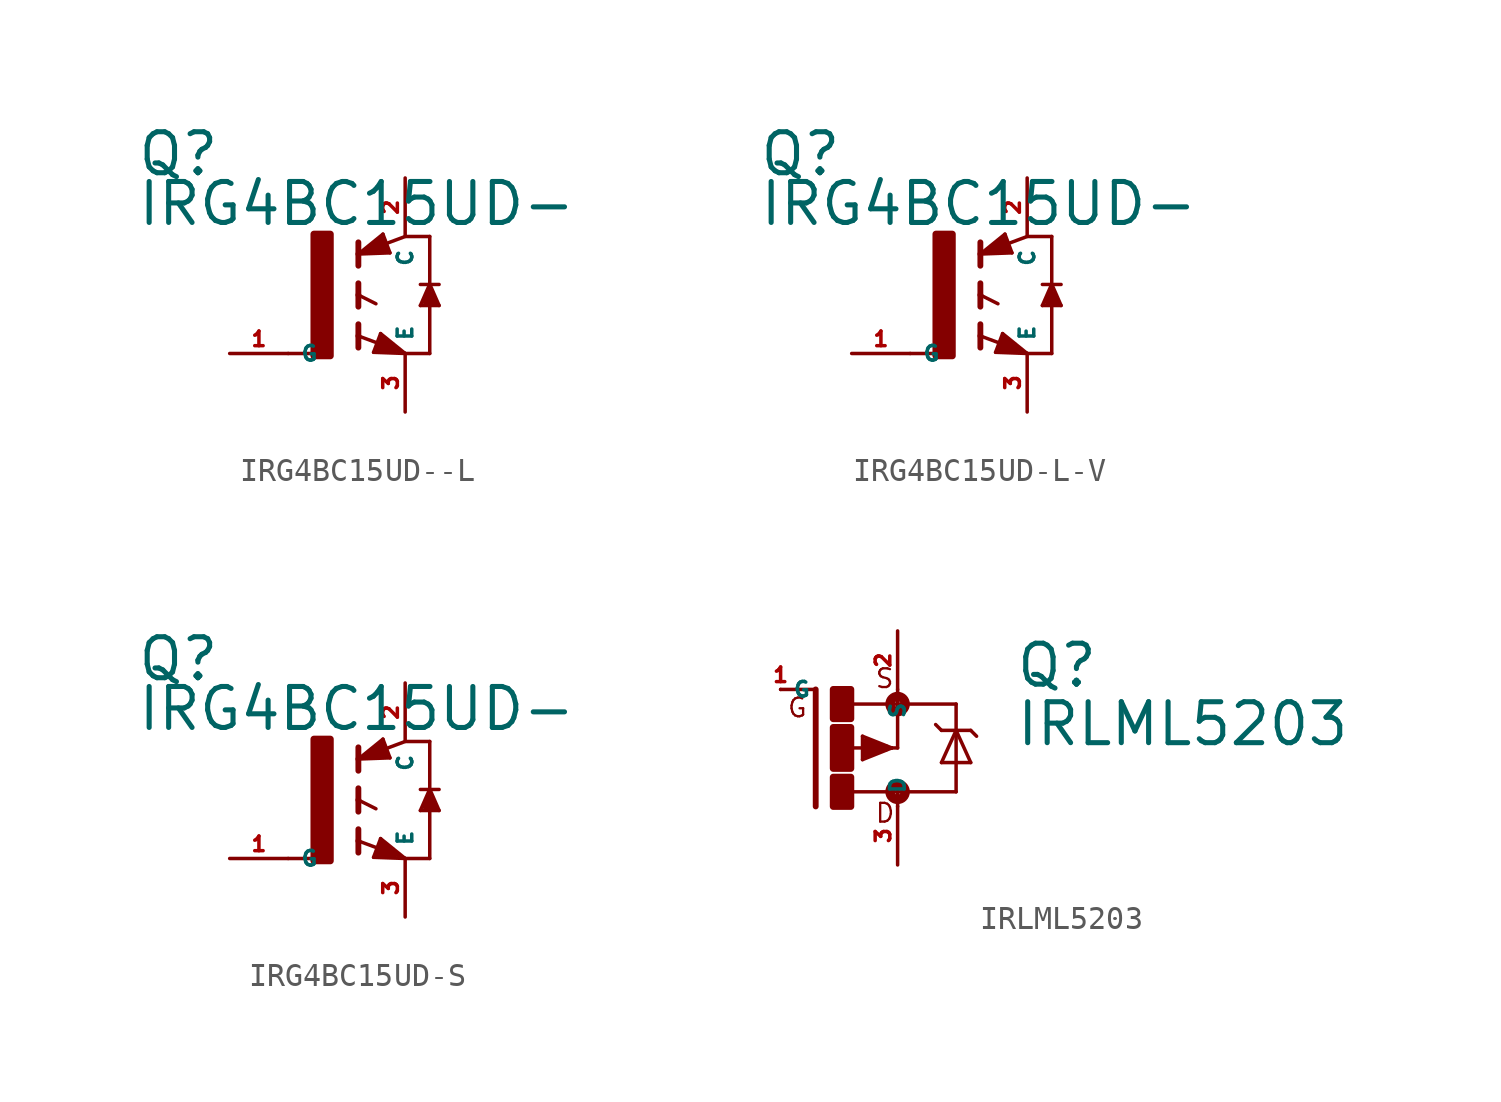
<source format=kicad_sym>
(kicad_symbol_lib
  (version 20220914)
  (generator Eagle2Kicad)
  (symbol "IRG4BC15UD--L"
    (property "Reference" "Q"
      (at -9.144 5.08 0)
      (effects (font (size 1.778 1.778) (thickness 0.22)) (justify left bottom)))
    (property "Value" "IRG4BC15UD-"
      (at -9.144 2.921 0)
      (effects (font (size 1.778 1.778) (thickness 0.22)) (justify left bottom)))
    (polyline
      (pts (xy 2.489 -2.515) (xy 0.508 -1.778))
      (stroke (width 0.152) (type default))
      (fill (type none)))
    (polyline
      (pts (xy 1.473 -1.676) (xy 2.54 -2.54))
      (stroke (width 0.152) (type default))
      (fill (type none)))
    (polyline
      (pts (xy 2.54 -2.54) (xy 1.168 -2.489))
      (stroke (width 0.152) (type default))
      (fill (type none)))
    (polyline
      (pts (xy 1.168 -2.489) (xy 1.473 -1.676))
      (stroke (width 0.152) (type default))
      (fill (type none)))
    (polyline
      (pts (xy -2.54 -2.54) (xy -1.27 -2.54))
      (stroke (width 0.152) (type default))
      (fill (type none)))
    (polyline
      (pts (xy 1.27 -0.381) (xy 0.508 0))
      (stroke (width 0.152) (type default))
      (fill (type none)))
    (polyline
      (pts (xy 0.508 2.286) (xy 0.508 1.778))
      (stroke (width 0.254) (type default))
      (fill (type none)))
    (polyline
      (pts (xy 0.508 1.778) (xy 0.508 1.27))
      (stroke (width 0.254) (type default))
      (fill (type none)))
    (polyline
      (pts (xy 0.508 0.508) (xy 0.508 0))
      (stroke (width 0.254) (type default))
      (fill (type none)))
    (polyline
      (pts (xy 0.508 0) (xy 0.508 -0.508))
      (stroke (width 0.254) (type default))
      (fill (type none)))
    (polyline
      (pts (xy 0.508 -1.27) (xy 0.508 -1.778))
      (stroke (width 0.254) (type default))
      (fill (type none)))
    (polyline
      (pts (xy 0.508 -1.778) (xy 0.508 -2.286))
      (stroke (width 0.254) (type default))
      (fill (type none)))
    (polyline
      (pts (xy 1.524 -1.981) (xy 1.981 -2.337))
      (stroke (width 0.406) (type default))
      (fill (type none)))
    (polyline
      (pts (xy 1.981 -2.337) (xy 1.422 -2.337))
      (stroke (width 0.406) (type default))
      (fill (type none)))
    (polyline
      (pts (xy 0.559 1.803) (xy 2.54 2.54))
      (stroke (width 0.152) (type default))
      (fill (type none)))
    (polyline
      (pts (xy 1.575 2.642) (xy 0.508 1.778))
      (stroke (width 0.152) (type default))
      (fill (type none)))
    (polyline
      (pts (xy 0.508 1.778) (xy 1.88 1.829))
      (stroke (width 0.152) (type default))
      (fill (type none)))
    (polyline
      (pts (xy 1.88 1.829) (xy 1.575 2.642))
      (stroke (width 0.152) (type default))
      (fill (type none)))
    (polyline
      (pts (xy 1.524 2.337) (xy 1.067 1.981))
      (stroke (width 0.406) (type default))
      (fill (type none)))
    (polyline
      (pts (xy 1.067 1.981) (xy 1.626 1.981))
      (stroke (width 0.406) (type default))
      (fill (type none)))
    (polyline
      (pts (xy 2.591 2.54) (xy 3.607 2.54))
      (stroke (width 0.152) (type default))
      (fill (type none)))
    (polyline
      (pts (xy 3.607 2.54) (xy 3.607 -2.54))
      (stroke (width 0.152) (type default))
      (fill (type none)))
    (polyline
      (pts (xy 3.607 -2.54) (xy 2.54 -2.54))
      (stroke (width 0.152) (type default))
      (fill (type none)))
    (polyline
      (pts (xy 3.2 0.457) (xy 4.013 0.457))
      (stroke (width 0.152) (type default))
      (fill (type none)))
    (polyline
      (pts (xy 3.556 0.356) (xy 3.2 -0.457))
      (stroke (width 0.152) (type default))
      (fill (type none)))
    (polyline
      (pts (xy 3.2 -0.457) (xy 4.013 -0.457))
      (stroke (width 0.152) (type default))
      (fill (type none)))
    (polyline
      (pts (xy 4.013 -0.457) (xy 3.658 0.356))
      (stroke (width 0.152) (type default))
      (fill (type none)))
    (polyline
      (pts (xy 3.454 -0.305) (xy 3.556 0.051))
      (stroke (width 0.305) (type default))
      (fill (type none)))
    (polyline
      (pts (xy 3.81 -0.356) (xy 3.658 0))
      (stroke (width 0.305) (type default))
      (fill (type none)))
    (rectangle
      (start -1.422 -2.642)
      (end -0.711 2.642)
      (stroke (width 0.3) (type default))
      (fill (type outline)))
    (pin passive line
      (at -5.08 -2.54 0)
      (length 2.54)
      (name "G" (effects (font (size 0.635 0.635) (thickness 0.08)) (justify left bottom)))
      (number "1" (effects (font (size 0.635 0.635) (thickness 0.08)) (justify left bottom))))
    (pin passive line
      (at 2.54 -5.08 90)
      (length 2.54)
      (name "E" (effects (font (size 0.635 0.635) (thickness 0.08)) (justify left bottom)))
      (number "3" (effects (font (size 0.635 0.635) (thickness 0.08)) (justify left bottom))))
    (pin passive line
      (at 2.54 5.08 270)
      (length 2.54)
      (name "C" (effects (font (size 0.635 0.635) (thickness 0.08)) (justify left bottom)))
      (number "2" (effects (font (size 0.635 0.635) (thickness 0.08)) (justify left bottom)))))
  (symbol "IRG4BC15UD-L-V"
    (property "Reference" "Q"
      (at -9.144 5.08 0)
      (effects (font (size 1.778 1.778) (thickness 0.22)) (justify left bottom)))
    (property "Value" "IRG4BC15UD-"
      (at -9.144 2.921 0)
      (effects (font (size 1.778 1.778) (thickness 0.22)) (justify left bottom)))
    (polyline
      (pts (xy 2.489 -2.515) (xy 0.508 -1.778))
      (stroke (width 0.152) (type default))
      (fill (type none)))
    (polyline
      (pts (xy 1.473 -1.676) (xy 2.54 -2.54))
      (stroke (width 0.152) (type default))
      (fill (type none)))
    (polyline
      (pts (xy 2.54 -2.54) (xy 1.168 -2.489))
      (stroke (width 0.152) (type default))
      (fill (type none)))
    (polyline
      (pts (xy 1.168 -2.489) (xy 1.473 -1.676))
      (stroke (width 0.152) (type default))
      (fill (type none)))
    (polyline
      (pts (xy -2.54 -2.54) (xy -1.27 -2.54))
      (stroke (width 0.152) (type default))
      (fill (type none)))
    (polyline
      (pts (xy 1.27 -0.381) (xy 0.508 0))
      (stroke (width 0.152) (type default))
      (fill (type none)))
    (polyline
      (pts (xy 0.508 2.286) (xy 0.508 1.778))
      (stroke (width 0.254) (type default))
      (fill (type none)))
    (polyline
      (pts (xy 0.508 1.778) (xy 0.508 1.27))
      (stroke (width 0.254) (type default))
      (fill (type none)))
    (polyline
      (pts (xy 0.508 0.508) (xy 0.508 0))
      (stroke (width 0.254) (type default))
      (fill (type none)))
    (polyline
      (pts (xy 0.508 0) (xy 0.508 -0.508))
      (stroke (width 0.254) (type default))
      (fill (type none)))
    (polyline
      (pts (xy 0.508 -1.27) (xy 0.508 -1.778))
      (stroke (width 0.254) (type default))
      (fill (type none)))
    (polyline
      (pts (xy 0.508 -1.778) (xy 0.508 -2.286))
      (stroke (width 0.254) (type default))
      (fill (type none)))
    (polyline
      (pts (xy 1.524 -1.981) (xy 1.981 -2.337))
      (stroke (width 0.406) (type default))
      (fill (type none)))
    (polyline
      (pts (xy 1.981 -2.337) (xy 1.422 -2.337))
      (stroke (width 0.406) (type default))
      (fill (type none)))
    (polyline
      (pts (xy 0.559 1.803) (xy 2.54 2.54))
      (stroke (width 0.152) (type default))
      (fill (type none)))
    (polyline
      (pts (xy 1.575 2.642) (xy 0.508 1.778))
      (stroke (width 0.152) (type default))
      (fill (type none)))
    (polyline
      (pts (xy 0.508 1.778) (xy 1.88 1.829))
      (stroke (width 0.152) (type default))
      (fill (type none)))
    (polyline
      (pts (xy 1.88 1.829) (xy 1.575 2.642))
      (stroke (width 0.152) (type default))
      (fill (type none)))
    (polyline
      (pts (xy 1.524 2.337) (xy 1.067 1.981))
      (stroke (width 0.406) (type default))
      (fill (type none)))
    (polyline
      (pts (xy 1.067 1.981) (xy 1.626 1.981))
      (stroke (width 0.406) (type default))
      (fill (type none)))
    (polyline
      (pts (xy 2.591 2.54) (xy 3.607 2.54))
      (stroke (width 0.152) (type default))
      (fill (type none)))
    (polyline
      (pts (xy 3.607 2.54) (xy 3.607 -2.54))
      (stroke (width 0.152) (type default))
      (fill (type none)))
    (polyline
      (pts (xy 3.607 -2.54) (xy 2.54 -2.54))
      (stroke (width 0.152) (type default))
      (fill (type none)))
    (polyline
      (pts (xy 3.2 0.457) (xy 4.013 0.457))
      (stroke (width 0.152) (type default))
      (fill (type none)))
    (polyline
      (pts (xy 3.556 0.356) (xy 3.2 -0.457))
      (stroke (width 0.152) (type default))
      (fill (type none)))
    (polyline
      (pts (xy 3.2 -0.457) (xy 4.013 -0.457))
      (stroke (width 0.152) (type default))
      (fill (type none)))
    (polyline
      (pts (xy 4.013 -0.457) (xy 3.658 0.356))
      (stroke (width 0.152) (type default))
      (fill (type none)))
    (polyline
      (pts (xy 3.454 -0.305) (xy 3.556 0.051))
      (stroke (width 0.305) (type default))
      (fill (type none)))
    (polyline
      (pts (xy 3.81 -0.356) (xy 3.658 0))
      (stroke (width 0.305) (type default))
      (fill (type none)))
    (rectangle
      (start -1.422 -2.642)
      (end -0.711 2.642)
      (stroke (width 0.3) (type default))
      (fill (type outline)))
    (pin passive line
      (at -5.08 -2.54 0)
      (length 2.54)
      (name "G" (effects (font (size 0.635 0.635) (thickness 0.08)) (justify left bottom)))
      (number "1" (effects (font (size 0.635 0.635) (thickness 0.08)) (justify left bottom))))
    (pin passive line
      (at 2.54 -5.08 90)
      (length 2.54)
      (name "E" (effects (font (size 0.635 0.635) (thickness 0.08)) (justify left bottom)))
      (number "3" (effects (font (size 0.635 0.635) (thickness 0.08)) (justify left bottom))))
    (pin passive line
      (at 2.54 5.08 270)
      (length 2.54)
      (name "C" (effects (font (size 0.635 0.635) (thickness 0.08)) (justify left bottom)))
      (number "2" (effects (font (size 0.635 0.635) (thickness 0.08)) (justify left bottom)))))
  (symbol "IRG4BC15UD-S"
    (property "Reference" "Q"
      (at -9.144 5.08 0)
      (effects (font (size 1.778 1.778) (thickness 0.22)) (justify left bottom)))
    (property "Value" "IRG4BC15UD-"
      (at -9.144 2.921 0)
      (effects (font (size 1.778 1.778) (thickness 0.22)) (justify left bottom)))
    (polyline
      (pts (xy 2.489 -2.515) (xy 0.508 -1.778))
      (stroke (width 0.152) (type default))
      (fill (type none)))
    (polyline
      (pts (xy 1.473 -1.676) (xy 2.54 -2.54))
      (stroke (width 0.152) (type default))
      (fill (type none)))
    (polyline
      (pts (xy 2.54 -2.54) (xy 1.168 -2.489))
      (stroke (width 0.152) (type default))
      (fill (type none)))
    (polyline
      (pts (xy 1.168 -2.489) (xy 1.473 -1.676))
      (stroke (width 0.152) (type default))
      (fill (type none)))
    (polyline
      (pts (xy -2.54 -2.54) (xy -1.27 -2.54))
      (stroke (width 0.152) (type default))
      (fill (type none)))
    (polyline
      (pts (xy 1.27 -0.381) (xy 0.508 0))
      (stroke (width 0.152) (type default))
      (fill (type none)))
    (polyline
      (pts (xy 0.508 2.286) (xy 0.508 1.778))
      (stroke (width 0.254) (type default))
      (fill (type none)))
    (polyline
      (pts (xy 0.508 1.778) (xy 0.508 1.27))
      (stroke (width 0.254) (type default))
      (fill (type none)))
    (polyline
      (pts (xy 0.508 0.508) (xy 0.508 0))
      (stroke (width 0.254) (type default))
      (fill (type none)))
    (polyline
      (pts (xy 0.508 0) (xy 0.508 -0.508))
      (stroke (width 0.254) (type default))
      (fill (type none)))
    (polyline
      (pts (xy 0.508 -1.27) (xy 0.508 -1.778))
      (stroke (width 0.254) (type default))
      (fill (type none)))
    (polyline
      (pts (xy 0.508 -1.778) (xy 0.508 -2.286))
      (stroke (width 0.254) (type default))
      (fill (type none)))
    (polyline
      (pts (xy 1.524 -1.981) (xy 1.981 -2.337))
      (stroke (width 0.406) (type default))
      (fill (type none)))
    (polyline
      (pts (xy 1.981 -2.337) (xy 1.422 -2.337))
      (stroke (width 0.406) (type default))
      (fill (type none)))
    (polyline
      (pts (xy 0.559 1.803) (xy 2.54 2.54))
      (stroke (width 0.152) (type default))
      (fill (type none)))
    (polyline
      (pts (xy 1.575 2.642) (xy 0.508 1.778))
      (stroke (width 0.152) (type default))
      (fill (type none)))
    (polyline
      (pts (xy 0.508 1.778) (xy 1.88 1.829))
      (stroke (width 0.152) (type default))
      (fill (type none)))
    (polyline
      (pts (xy 1.88 1.829) (xy 1.575 2.642))
      (stroke (width 0.152) (type default))
      (fill (type none)))
    (polyline
      (pts (xy 1.524 2.337) (xy 1.067 1.981))
      (stroke (width 0.406) (type default))
      (fill (type none)))
    (polyline
      (pts (xy 1.067 1.981) (xy 1.626 1.981))
      (stroke (width 0.406) (type default))
      (fill (type none)))
    (polyline
      (pts (xy 2.591 2.54) (xy 3.607 2.54))
      (stroke (width 0.152) (type default))
      (fill (type none)))
    (polyline
      (pts (xy 3.607 2.54) (xy 3.607 -2.54))
      (stroke (width 0.152) (type default))
      (fill (type none)))
    (polyline
      (pts (xy 3.607 -2.54) (xy 2.54 -2.54))
      (stroke (width 0.152) (type default))
      (fill (type none)))
    (polyline
      (pts (xy 3.2 0.457) (xy 4.013 0.457))
      (stroke (width 0.152) (type default))
      (fill (type none)))
    (polyline
      (pts (xy 3.556 0.356) (xy 3.2 -0.457))
      (stroke (width 0.152) (type default))
      (fill (type none)))
    (polyline
      (pts (xy 3.2 -0.457) (xy 4.013 -0.457))
      (stroke (width 0.152) (type default))
      (fill (type none)))
    (polyline
      (pts (xy 4.013 -0.457) (xy 3.658 0.356))
      (stroke (width 0.152) (type default))
      (fill (type none)))
    (polyline
      (pts (xy 3.454 -0.305) (xy 3.556 0.051))
      (stroke (width 0.305) (type default))
      (fill (type none)))
    (polyline
      (pts (xy 3.81 -0.356) (xy 3.658 0))
      (stroke (width 0.305) (type default))
      (fill (type none)))
    (rectangle
      (start -1.422 -2.642)
      (end -0.711 2.642)
      (stroke (width 0.3) (type default))
      (fill (type outline)))
    (pin passive line
      (at -5.08 -2.54 0)
      (length 2.54)
      (name "G" (effects (font (size 0.635 0.635) (thickness 0.08)) (justify left bottom)))
      (number "1" (effects (font (size 0.635 0.635) (thickness 0.08)) (justify left bottom))))
    (pin passive line
      (at 2.54 -5.08 90)
      (length 2.54)
      (name "E" (effects (font (size 0.635 0.635) (thickness 0.08)) (justify left bottom)))
      (number "3" (effects (font (size 0.635 0.635) (thickness 0.08)) (justify left bottom))))
    (pin passive line
      (at 2.54 5.08 270)
      (length 2.54)
      (name "C" (effects (font (size 0.635 0.635) (thickness 0.08)) (justify left bottom)))
      (number "2" (effects (font (size 0.635 0.635) (thickness 0.08)) (justify left bottom)))))
  (symbol "IRLML5203"
    (property "Reference" "Q"
      (at 7.62 2.54 0)
      (effects (font (size 1.778 1.778) (thickness 0.22)) (justify left bottom)))
    (property "Value" "IRLML5203"
      (at 7.62 0 0)
      (effects (font (size 1.778 1.778) (thickness 0.22)) (justify left bottom)))
    (polyline
      (pts (xy -1.016 -2.54) (xy -1.016 2.54))
      (stroke (width 0.254) (type default))
      (fill (type none)))
    (polyline
      (pts (xy -1.016 2.54) (xy -2.54 2.54))
      (stroke (width 0.152) (type default))
      (fill (type none)))
    (polyline
      (pts (xy 2.54 -1.905) (xy 0.533 -1.905))
      (stroke (width 0.152) (type default))
      (fill (type none)))
    (polyline
      (pts (xy 2.54 0) (xy 2.54 1.905))
      (stroke (width 0.152) (type default))
      (fill (type none)))
    (polyline
      (pts (xy 0.508 1.905) (xy 2.54 1.905))
      (stroke (width 0.152) (type default))
      (fill (type none)))
    (polyline
      (pts (xy 2.54 -2.54) (xy 2.54 -1.905))
      (stroke (width 0.152) (type default))
      (fill (type none)))
    (polyline
      (pts (xy 2.54 -1.905) (xy 5.08 -1.905))
      (stroke (width 0.152) (type default))
      (fill (type none)))
    (polyline
      (pts (xy 5.08 1.905) (xy 2.54 1.905))
      (stroke (width 0.152) (type default))
      (fill (type none)))
    (polyline
      (pts (xy 2.54 1.905) (xy 2.54 2.54))
      (stroke (width 0.152) (type default))
      (fill (type none)))
    (polyline
      (pts (xy 2.235 0) (xy 2.286 0))
      (stroke (width 0.152) (type default))
      (fill (type none)))
    (polyline
      (pts (xy 2.286 0) (xy 2.54 0))
      (stroke (width 0.152) (type default))
      (fill (type none)))
    (polyline
      (pts (xy 2.286 0) (xy 1.016 -0.508))
      (stroke (width 0.152) (type default))
      (fill (type none)))
    (polyline
      (pts (xy 1.016 -0.508) (xy 1.016 0.508))
      (stroke (width 0.152) (type default))
      (fill (type none)))
    (polyline
      (pts (xy 1.016 0.508) (xy 2.286 0))
      (stroke (width 0.152) (type default))
      (fill (type none)))
    (polyline
      (pts (xy 1.143 0) (xy 0.254 0))
      (stroke (width 0.152) (type default))
      (fill (type none)))
    (polyline
      (pts (xy 1.143 0.254) (xy 2.032 0))
      (stroke (width 0.305) (type default))
      (fill (type none)))
    (polyline
      (pts (xy 2.032 0) (xy 1.143 -0.254))
      (stroke (width 0.305) (type default))
      (fill (type none)))
    (polyline
      (pts (xy 1.143 -0.254) (xy 1.143 0))
      (stroke (width 0.305) (type default))
      (fill (type none)))
    (polyline
      (pts (xy 1.143 0) (xy 1.397 0))
      (stroke (width 0.305) (type default))
      (fill (type none)))
    (polyline
      (pts (xy 5.08 1.905) (xy 5.08 0.762))
      (stroke (width 0.152) (type default))
      (fill (type none)))
    (polyline
      (pts (xy 5.08 0.762) (xy 5.08 -1.905))
      (stroke (width 0.152) (type default))
      (fill (type none)))
    (polyline
      (pts (xy 5.08 0.762) (xy 5.715 -0.635))
      (stroke (width 0.152) (type default))
      (fill (type none)))
    (polyline
      (pts (xy 5.715 -0.635) (xy 4.445 -0.635))
      (stroke (width 0.152) (type default))
      (fill (type none)))
    (polyline
      (pts (xy 4.445 -0.635) (xy 5.08 0.762))
      (stroke (width 0.152) (type default))
      (fill (type none)))
    (polyline
      (pts (xy 5.715 0.762) (xy 5.08 0.762))
      (stroke (width 0.152) (type default))
      (fill (type none)))
    (polyline
      (pts (xy 5.08 0.762) (xy 4.445 0.762))
      (stroke (width 0.152) (type default))
      (fill (type none)))
    (polyline
      (pts (xy 4.445 0.762) (xy 4.191 1.016))
      (stroke (width 0.152) (type default))
      (fill (type none)))
    (polyline
      (pts (xy 5.715 0.762) (xy 5.969 0.508))
      (stroke (width 0.152) (type default))
      (fill (type none)))
    (text "D"
      (at 1.524 -3.302 0)
      (effects (font (size 0.813 0.813) (thickness 0.10)) (justify left bottom)))
    (text "S"
      (at 1.524 2.54 0)
      (effects (font (size 0.813 0.813) (thickness 0.10)) (justify left bottom)))
    (text "G"
      (at -2.286 1.27 0)
      (effects (font (size 0.813 0.813) (thickness 0.10)) (justify left bottom)))
    (circle
      (center 2.54 1.905)
      (radius 0.127)
      (stroke (width 0.406) (type default))
      (fill (type none)))
    (circle
      (center 2.54 -1.905)
      (radius 0.127)
      (stroke (width 0.406) (type default))
      (fill (type none)))
    (rectangle
      (start -0.254 1.27)
      (end 0.508 2.54)
      (stroke (width 0.3) (type default))
      (fill (type outline)))
    (rectangle
      (start -0.254 -2.54)
      (end 0.508 -1.27)
      (stroke (width 0.3) (type default))
      (fill (type outline)))
    (rectangle
      (start -0.254 -0.889)
      (end 0.508 0.889)
      (stroke (width 0.3) (type default))
      (fill (type outline)))
    (pin passive line
      (at -2.54 2.54 0)
      (length 0)
      (name "G" (effects (font (size 0.635 0.635) (thickness 0.08)) (justify left bottom)))
      (number "1" (effects (font (size 0.635 0.635) (thickness 0.08)) (justify left bottom))))
    (pin passive line
      (at 2.54 -5.08 90)
      (length 2.54)
      (name "D" (effects (font (size 0.635 0.635) (thickness 0.08)) (justify left bottom)))
      (number "3" (effects (font (size 0.635 0.635) (thickness 0.08)) (justify left bottom))))
    (pin passive line
      (at 2.54 5.08 270)
      (length 2.54)
      (name "S" (effects (font (size 0.635 0.635) (thickness 0.08)) (justify left bottom)))
      (number "2" (effects (font (size 0.635 0.635) (thickness 0.08)) (justify left bottom))))))
</source>
